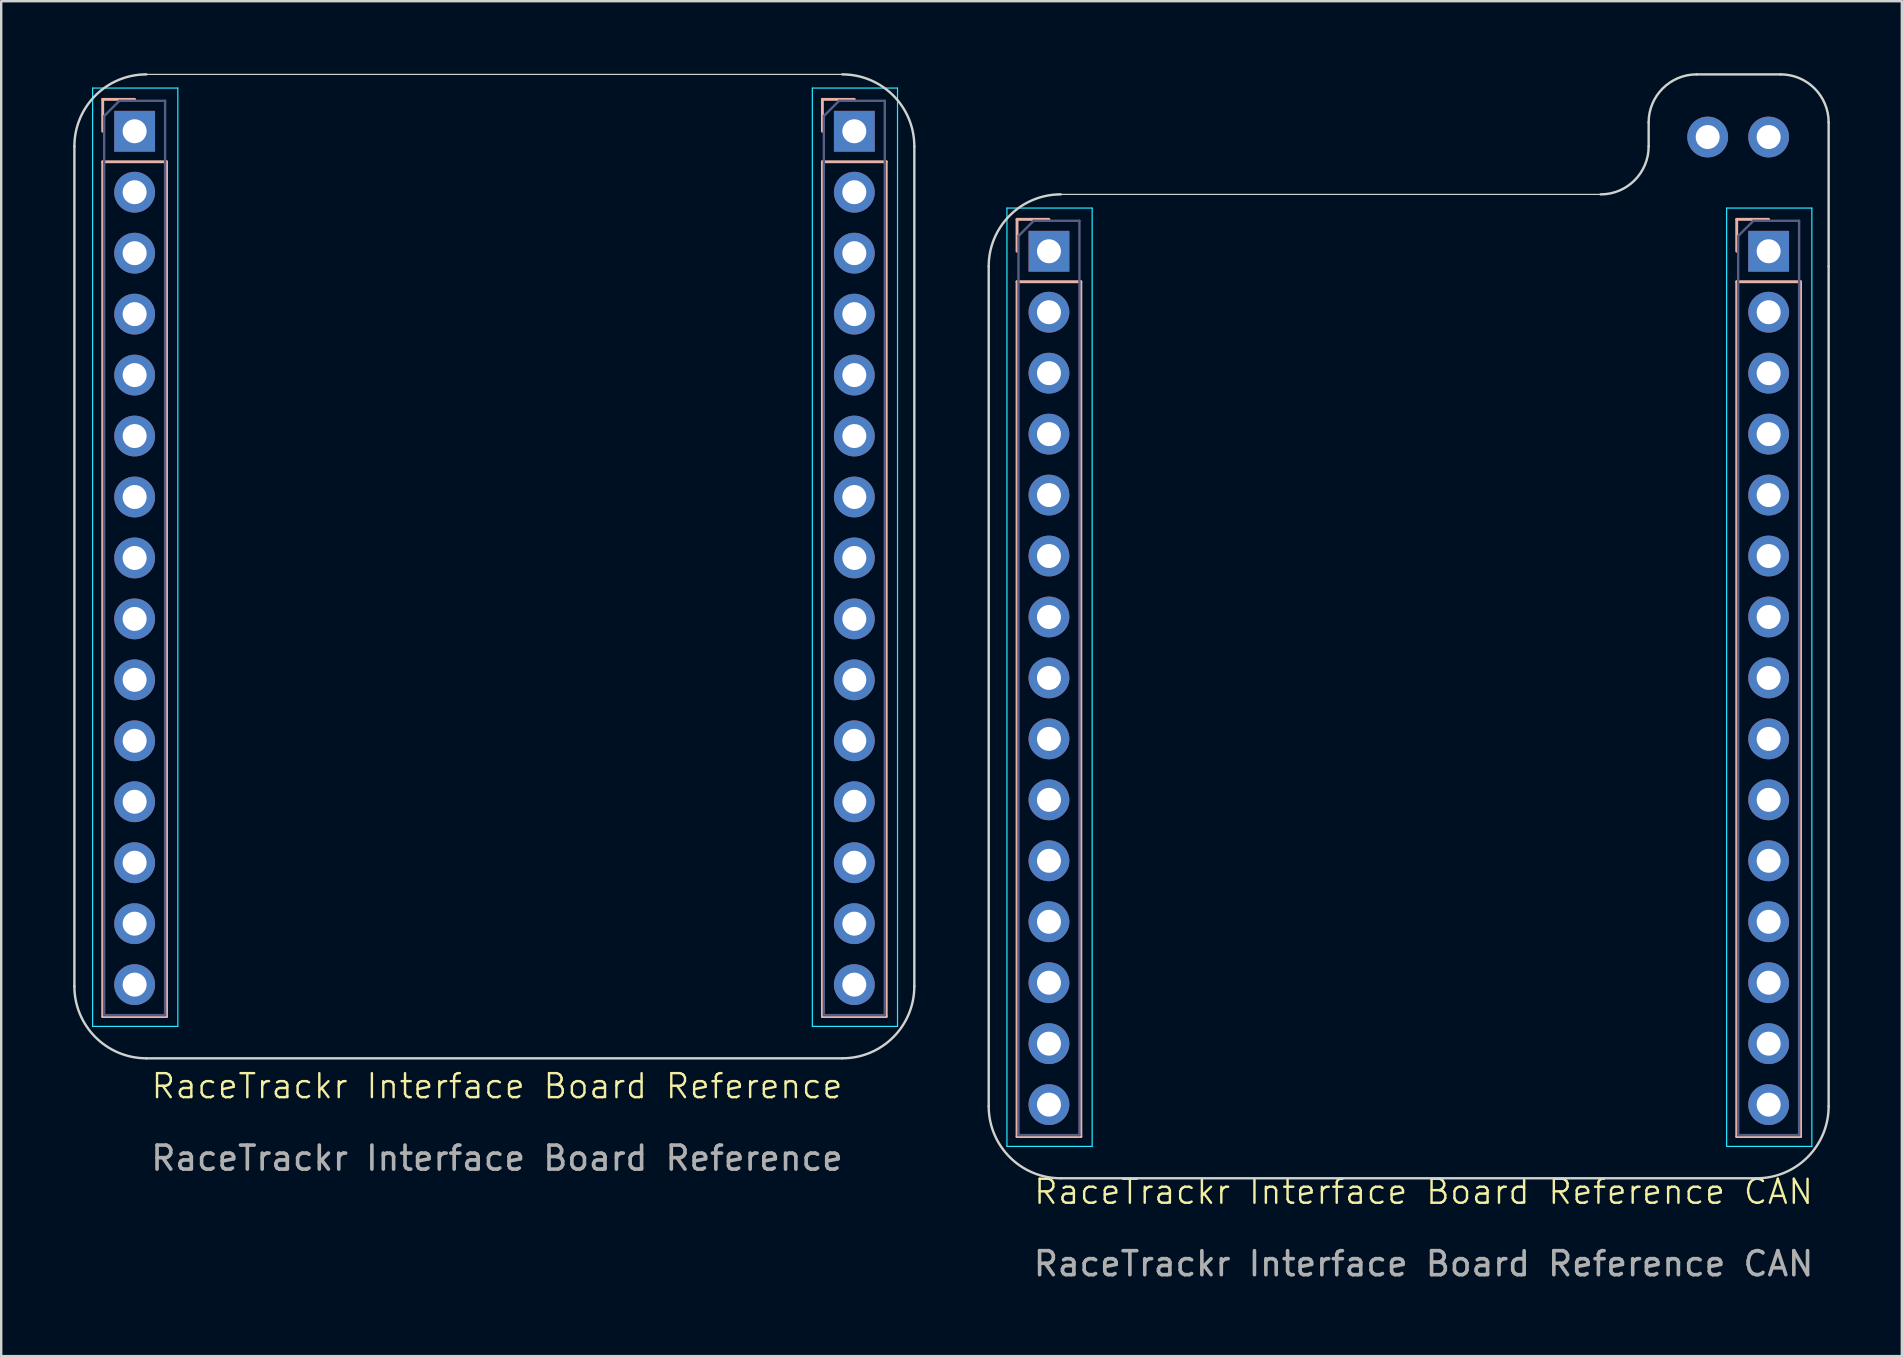
<source format=kicad_pcb>
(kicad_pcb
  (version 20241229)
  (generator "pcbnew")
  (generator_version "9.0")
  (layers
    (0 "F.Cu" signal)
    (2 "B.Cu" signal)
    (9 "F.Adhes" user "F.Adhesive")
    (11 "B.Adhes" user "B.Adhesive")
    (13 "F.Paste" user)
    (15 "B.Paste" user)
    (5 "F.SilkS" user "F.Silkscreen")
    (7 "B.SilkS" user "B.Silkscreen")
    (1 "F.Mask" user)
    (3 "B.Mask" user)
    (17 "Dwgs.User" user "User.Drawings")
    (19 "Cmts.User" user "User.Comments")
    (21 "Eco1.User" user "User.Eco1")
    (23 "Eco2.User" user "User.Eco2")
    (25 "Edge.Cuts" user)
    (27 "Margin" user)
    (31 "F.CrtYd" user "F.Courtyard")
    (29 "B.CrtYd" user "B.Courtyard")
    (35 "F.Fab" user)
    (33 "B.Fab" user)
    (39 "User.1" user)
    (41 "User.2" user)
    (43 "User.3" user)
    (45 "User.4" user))
  (footprint "RaceTrackr Interface Board Reference"
    (layer "F.Cu")
    (at 17.661 42.711)
    (property "Reference" "RaceTrackr Interface Board Reference" (at 0 -0.5 0) (unlocked yes) (layer "F.SilkS") (effects (font (size 1 1) (thickness 0.1))))
    (attr through_hole)
    (fp_line (start -16.431 -41.621) (end -16.431 -40.291) (stroke (width 0.12) (type solid)) (layer "B.SilkS"))
    (fp_line (start -16.431 -39.021) (end -16.431 -3.401) (stroke (width 0.12) (type solid)) (layer "B.SilkS"))
    (fp_line (start -15.101 -41.621) (end -16.431 -41.621) (stroke (width 0.12) (type solid)) (layer "B.SilkS"))
    (fp_line (start -13.771 -39.021) (end -16.431 -39.021) (stroke (width 0.12) (type solid)) (layer "B.SilkS"))
    (fp_line (start -13.771 -39.021) (end -13.771 -3.401) (stroke (width 0.12) (type solid)) (layer "B.SilkS"))
    (fp_line (start -13.771 -3.401) (end -16.431 -3.401) (stroke (width 0.12) (type solid)) (layer "B.SilkS"))
    (fp_line (start 13.559 -41.621) (end 13.559 -40.291) (stroke (width 0.12) (type solid)) (layer "B.SilkS"))
    (fp_line (start 13.559 -39.021) (end 13.559 -3.401) (stroke (width 0.12) (type solid)) (layer "B.SilkS"))
    (fp_line (start 14.889 -41.621) (end 13.559 -41.621) (stroke (width 0.12) (type solid)) (layer "B.SilkS"))
    (fp_line (start 16.219 -39.021) (end 13.559 -39.021) (stroke (width 0.12) (type solid)) (layer "B.SilkS"))
    (fp_line (start 16.219 -39.021) (end 16.219 -3.401) (stroke (width 0.12) (type solid)) (layer "B.SilkS"))
    (fp_line (start 16.219 -3.401) (end 13.559 -3.401) (stroke (width 0.12) (type solid)) (layer "B.SilkS"))
    (fp_line (start -17.611 -39.661) (end -17.611 -4.661) (stroke (width 0.1) (type default)) (layer "Edge.Cuts"))
    (fp_line (start -14.611 -42.661) (end 14.389 -42.661) (stroke (width 0.05) (type default)) (layer "Edge.Cuts"))
    (fp_line (start -14.611 -1.661) (end 14.389 -1.661) (stroke (width 0.1) (type default)) (layer "Edge.Cuts"))
    (fp_line (start 17.389 -4.661) (end 17.389 -39.661) (stroke (width 0.1) (type default)) (layer "Edge.Cuts"))
    (fp_arc (start -17.61132 -39.66132) (mid -16.73264 -41.78264) (end -14.61132 -42.66132) (stroke (width 0.1) (type default)) (layer "Edge.Cuts"))
    (fp_arc (start -14.61132 -1.66132) (mid -16.73264 -2.54) (end -17.61132 -4.66132) (stroke (width 0.1) (type default)) (layer "Edge.Cuts"))
    (fp_arc (start 14.38868 -42.66132) (mid 16.51 -41.78264) (end 17.38868 -39.66132) (stroke (width 0.1) (type default)) (layer "Edge.Cuts"))
    (fp_arc (start 17.38868 -4.66132) (mid 16.51 -2.54) (end 14.38868 -1.66132) (stroke (width 0.1) (type default)) (layer "Edge.Cuts"))
    (fp_line (start -16.851 -42.091) (end -16.851 -2.991) (stroke (width 0.05) (type solid)) (layer "B.CrtYd"))
    (fp_line (start -16.851 -2.991) (end -13.301 -2.991) (stroke (width 0.05) (type solid)) (layer "B.CrtYd"))
    (fp_line (start -13.301 -42.091) (end -16.851 -42.091) (stroke (width 0.05) (type solid)) (layer "B.CrtYd"))
    (fp_line (start -13.301 -2.991) (end -13.301 -42.091) (stroke (width 0.05) (type solid)) (layer "B.CrtYd"))
    (fp_line (start 13.139 -42.091) (end 13.139 -2.991) (stroke (width 0.05) (type solid)) (layer "B.CrtYd"))
    (fp_line (start 13.139 -2.991) (end 16.689 -2.991) (stroke (width 0.05) (type solid)) (layer "B.CrtYd"))
    (fp_line (start 16.689 -42.091) (end 13.139 -42.091) (stroke (width 0.05) (type solid)) (layer "B.CrtYd"))
    (fp_line (start 16.689 -2.991) (end 16.689 -42.091) (stroke (width 0.05) (type solid)) (layer "B.CrtYd"))
    (fp_line (start -16.371 -40.926) (end -16.371 -3.461) (stroke (width 0.1) (type solid)) (layer "B.Fab"))
    (fp_line (start -16.371 -3.461) (end -13.831 -3.461) (stroke (width 0.1) (type solid)) (layer "B.Fab"))
    (fp_line (start -15.736 -41.561) (end -16.371 -40.926) (stroke (width 0.1) (type solid)) (layer "B.Fab"))
    (fp_line (start -13.831 -41.561) (end -15.736 -41.561) (stroke (width 0.1) (type solid)) (layer "B.Fab"))
    (fp_line (start -13.831 -3.461) (end -13.831 -41.561) (stroke (width 0.1) (type solid)) (layer "B.Fab"))
    (fp_line (start 13.619 -40.926) (end 13.619 -3.461) (stroke (width 0.1) (type solid)) (layer "B.Fab"))
    (fp_line (start 13.619 -3.461) (end 16.159 -3.461) (stroke (width 0.1) (type solid)) (layer "B.Fab"))
    (fp_line (start 14.254 -41.561) (end 13.619 -40.926) (stroke (width 0.1) (type solid)) (layer "B.Fab"))
    (fp_line (start 16.159 -41.561) (end 14.254 -41.561) (stroke (width 0.1) (type solid)) (layer "B.Fab"))
    (fp_line (start 16.159 -3.461) (end 16.159 -41.561) (stroke (width 0.1) (type solid)) (layer "B.Fab"))
    (fp_text user "${REFERENCE}" (at 0 2.5 0) (unlocked yes) (layer "F.Fab") (effects (font (size 1 1) (thickness 0.15))))
    (pad "1" thru_hole rect (at -15.101 -40.291 180) (size 1.7 1.7) (drill 1) (layers "*.Cu" "*.Mask"))
    (pad "2" thru_hole oval (at -15.101 -37.751 180) (size 1.7 1.7) (drill 1) (layers "*.Cu" "*.Mask"))
    (pad "3" thru_hole oval (at -15.101 -35.211 180) (size 1.7 1.7) (drill 1) (layers "*.Cu" "*.Mask"))
    (pad "4" thru_hole oval (at -15.101 -32.671 180) (size 1.7 1.7) (drill 1) (layers "*.Cu" "*.Mask"))
    (pad "5" thru_hole oval (at -15.101 -30.131 180) (size 1.7 1.7) (drill 1) (layers "*.Cu" "*.Mask"))
    (pad "6" thru_hole oval (at -15.101 -27.591 180) (size 1.7 1.7) (drill 1) (layers "*.Cu" "*.Mask"))
    (pad "7" thru_hole oval (at -15.101 -25.051 180) (size 1.7 1.7) (drill 1) (layers "*.Cu" "*.Mask"))
    (pad "8" thru_hole oval (at -15.101 -22.511 180) (size 1.7 1.7) (drill 1) (layers "*.Cu" "*.Mask"))
    (pad "9" thru_hole oval (at -15.101 -19.971 180) (size 1.7 1.7) (drill 1) (layers "*.Cu" "*.Mask"))
    (pad "10" thru_hole oval (at -15.101 -17.431 180) (size 1.7 1.7) (drill 1) (layers "*.Cu" "*.Mask"))
    (pad "11" thru_hole oval (at -15.101 -14.891 180) (size 1.7 1.7) (drill 1) (layers "*.Cu" "*.Mask"))
    (pad "12" thru_hole oval (at -15.101 -12.351 180) (size 1.7 1.7) (drill 1) (layers "*.Cu" "*.Mask"))
    (pad "13" thru_hole oval (at -15.101 -9.811 180) (size 1.7 1.7) (drill 1) (layers "*.Cu" "*.Mask"))
    (pad "14" thru_hole oval (at -15.101 -7.271 180) (size 1.7 1.7) (drill 1) (layers "*.Cu" "*.Mask"))
    (pad "15" thru_hole oval (at -15.101 -4.731 180) (size 1.7 1.7) (drill 1) (layers "*.Cu" "*.Mask"))
    (pad "16" thru_hole oval (at 14.889 -4.731 180) (size 1.7 1.7) (drill 1) (layers "*.Cu" "*.Mask"))
    (pad "17" thru_hole oval (at 14.889 -7.271 180) (size 1.7 1.7) (drill 1) (layers "*.Cu" "*.Mask"))
    (pad "18" thru_hole oval (at 14.889 -9.811 180) (size 1.7 1.7) (drill 1) (layers "*.Cu" "*.Mask"))
    (pad "19" thru_hole oval (at 14.889 -12.351 180) (size 1.7 1.7) (drill 1) (layers "*.Cu" "*.Mask"))
    (pad "20" thru_hole oval (at 14.889 -14.891 180) (size 1.7 1.7) (drill 1) (layers "*.Cu" "*.Mask"))
    (pad "21" thru_hole oval (at 14.889 -17.431 180) (size 1.7 1.7) (drill 1) (layers "*.Cu" "*.Mask"))
    (pad "22" thru_hole oval (at 14.889 -19.971 180) (size 1.7 1.7) (drill 1) (layers "*.Cu" "*.Mask"))
    (pad "23" thru_hole oval (at 14.889 -22.511 180) (size 1.7 1.7) (drill 1) (layers "*.Cu" "*.Mask"))
    (pad "24" thru_hole oval (at 14.889 -25.051 180) (size 1.7 1.7) (drill 1) (layers "*.Cu" "*.Mask"))
    (pad "25" thru_hole oval (at 14.889 -27.591 180) (size 1.7 1.7) (drill 1) (layers "*.Cu" "*.Mask"))
    (pad "26" thru_hole oval (at 14.889 -30.131 180) (size 1.7 1.7) (drill 1) (layers "*.Cu" "*.Mask"))
    (pad "27" thru_hole oval (at 14.889 -32.671 180) (size 1.7 1.7) (drill 1) (layers "*.Cu" "*.Mask"))
    (pad "28" thru_hole oval (at 14.889 -35.211 180) (size 1.7 1.7) (drill 1) (layers "*.Cu" "*.Mask"))
    (pad "29" thru_hole oval (at 14.889 -37.751 180) (size 1.7 1.7) (drill 1) (layers "*.Cu" "*.Mask"))
    (pad "30" thru_hole rect (at 14.889 -40.291 180) (size 1.7 1.7) (drill 1) (layers "*.Cu" "*.Mask")))
  (footprint "RaceTrackr Interface Board Reference CAN"
    (layer "F.Cu")
    (at 56.271 47.111)
    (property "Reference" "RaceTrackr Interface Board Reference CAN" (at 0 -0.5 0) (unlocked yes) (layer "F.SilkS") (effects (font (size 1 1) (thickness 0.1))))
    (attr through_hole)
    (fp_line (start -16.941 -41.021) (end -16.941 -39.691) (stroke (width 0.12) (type solid)) (layer "B.SilkS"))
    (fp_line (start -16.941 -38.421) (end -16.941 -2.801) (stroke (width 0.12) (type solid)) (layer "B.SilkS"))
    (fp_line (start -15.611 -41.021) (end -16.941 -41.021) (stroke (width 0.12) (type solid)) (layer "B.SilkS"))
    (fp_line (start -14.281 -38.421) (end -16.941 -38.421) (stroke (width 0.12) (type solid)) (layer "B.SilkS"))
    (fp_line (start -14.281 -38.421) (end -14.281 -2.801) (stroke (width 0.12) (type solid)) (layer "B.SilkS"))
    (fp_line (start -14.281 -2.801) (end -16.941 -2.801) (stroke (width 0.12) (type solid)) (layer "B.SilkS"))
    (fp_line (start 13.049 -41.021) (end 13.049 -39.691) (stroke (width 0.12) (type solid)) (layer "B.SilkS"))
    (fp_line (start 13.049 -38.421) (end 13.049 -2.801) (stroke (width 0.12) (type solid)) (layer "B.SilkS"))
    (fp_line (start 14.379 -41.021) (end 13.049 -41.021) (stroke (width 0.12) (type solid)) (layer "B.SilkS"))
    (fp_line (start 15.709 -38.421) (end 13.049 -38.421) (stroke (width 0.12) (type solid)) (layer "B.SilkS"))
    (fp_line (start 15.709 -38.421) (end 15.709 -2.801) (stroke (width 0.12) (type solid)) (layer "B.SilkS"))
    (fp_line (start 15.709 -2.801) (end 13.049 -2.801) (stroke (width 0.12) (type solid)) (layer "B.SilkS"))
    (fp_line (start -18.121 -39.061) (end -18.121 -4.061) (stroke (width 0.1) (type default)) (layer "Edge.Cuts"))
    (fp_line (start -15.121 -42.061) (end 7.379 -42.061) (stroke (width 0.05) (type default)) (layer "Edge.Cuts"))
    (fp_line (start -15.121 -1.061) (end 13.879 -1.061) (stroke (width 0.1) (type default)) (layer "Edge.Cuts"))
    (fp_line (start 9.379 -45.061) (end 9.379 -44.061) (stroke (width 0.1) (type default)) (layer "Edge.Cuts"))
    (fp_line (start 11.379 -47.061) (end 14.879 -47.061) (stroke (width 0.1) (type default)) (layer "Edge.Cuts"))
    (fp_line (start 16.879 -45.061) (end 16.879 -39.061) (stroke (width 0.1) (type default)) (layer "Edge.Cuts"))
    (fp_line (start 16.879 -4.061) (end 16.879 -39.061) (stroke (width 0.1) (type default)) (layer "Edge.Cuts"))
    (fp_arc (start -18.12132 -39.06132) (mid -17.24264 -41.18264) (end -15.12132 -42.06132) (stroke (width 0.1) (type default)) (layer "Edge.Cuts"))
    (fp_arc (start -15.12132 -1.06132) (mid -17.24264 -1.94) (end -18.12132 -4.06132) (stroke (width 0.1) (type default)) (layer "Edge.Cuts"))
    (fp_arc (start 9.37868 -45.06132) (mid 9.964466 -46.475534) (end 11.37868 -47.06132) (stroke (width 0.1) (type default)) (layer "Edge.Cuts"))
    (fp_arc (start 9.37868 -44.06132) (mid 8.792894 -42.647106) (end 7.37868 -42.06132) (stroke (width 0.1) (type default)) (layer "Edge.Cuts"))
    (fp_arc (start 14.87868 -47.06132) (mid 16.292894 -46.475534) (end 16.87868 -45.06132) (stroke (width 0.1) (type default)) (layer "Edge.Cuts"))
    (fp_arc (start 16.87868 -4.06132) (mid 16 -1.94) (end 13.87868 -1.06132) (stroke (width 0.1) (type default)) (layer "Edge.Cuts"))
    (fp_line (start -17.361 -41.491) (end -17.361 -2.391) (stroke (width 0.05) (type solid)) (layer "B.CrtYd"))
    (fp_line (start -17.361 -2.391) (end -13.811 -2.391) (stroke (width 0.05) (type solid)) (layer "B.CrtYd"))
    (fp_line (start -13.811 -41.491) (end -17.361 -41.491) (stroke (width 0.05) (type solid)) (layer "B.CrtYd"))
    (fp_line (start -13.811 -2.391) (end -13.811 -41.491) (stroke (width 0.05) (type solid)) (layer "B.CrtYd"))
    (fp_line (start 12.629 -41.491) (end 12.629 -2.391) (stroke (width 0.05) (type solid)) (layer "B.CrtYd"))
    (fp_line (start 12.629 -2.391) (end 16.179 -2.391) (stroke (width 0.05) (type solid)) (layer "B.CrtYd"))
    (fp_line (start 16.179 -41.491) (end 12.629 -41.491) (stroke (width 0.05) (type solid)) (layer "B.CrtYd"))
    (fp_line (start 16.179 -2.391) (end 16.179 -41.491) (stroke (width 0.05) (type solid)) (layer "B.CrtYd"))
    (fp_line (start -16.881 -40.326) (end -16.881 -2.861) (stroke (width 0.1) (type solid)) (layer "B.Fab"))
    (fp_line (start -16.881 -2.861) (end -14.341 -2.861) (stroke (width 0.1) (type solid)) (layer "B.Fab"))
    (fp_line (start -16.246 -40.961) (end -16.881 -40.326) (stroke (width 0.1) (type solid)) (layer "B.Fab"))
    (fp_line (start -14.341 -40.961) (end -16.246 -40.961) (stroke (width 0.1) (type solid)) (layer "B.Fab"))
    (fp_line (start -14.341 -2.861) (end -14.341 -40.961) (stroke (width 0.1) (type solid)) (layer "B.Fab"))
    (fp_line (start 13.109 -40.326) (end 13.109 -2.861) (stroke (width 0.1) (type solid)) (layer "B.Fab"))
    (fp_line (start 13.109 -2.861) (end 15.649 -2.861) (stroke (width 0.1) (type solid)) (layer "B.Fab"))
    (fp_line (start 13.744 -40.961) (end 13.109 -40.326) (stroke (width 0.1) (type solid)) (layer "B.Fab"))
    (fp_line (start 15.649 -40.961) (end 13.744 -40.961) (stroke (width 0.1) (type solid)) (layer "B.Fab"))
    (fp_line (start 15.649 -2.861) (end 15.649 -40.961) (stroke (width 0.1) (type solid)) (layer "B.Fab"))
    (fp_text user "${REFERENCE}" (at 0 2.5 0) (unlocked yes) (layer "F.Fab") (effects (font (size 1 1) (thickness 0.15))))
    (pad "1" thru_hole rect (at -15.611 -39.691 180) (size 1.7 1.7) (drill 1) (layers "*.Cu" "*.Mask"))
    (pad "2" thru_hole oval (at -15.611 -37.151 180) (size 1.7 1.7) (drill 1) (layers "*.Cu" "*.Mask"))
    (pad "3" thru_hole oval (at -15.611 -34.611 180) (size 1.7 1.7) (drill 1) (layers "*.Cu" "*.Mask"))
    (pad "4" thru_hole oval (at -15.611 -32.071 180) (size 1.7 1.7) (drill 1) (layers "*.Cu" "*.Mask"))
    (pad "5" thru_hole oval (at -15.611 -29.531 180) (size 1.7 1.7) (drill 1) (layers "*.Cu" "*.Mask"))
    (pad "6" thru_hole oval (at -15.611 -26.991 180) (size 1.7 1.7) (drill 1) (layers "*.Cu" "*.Mask"))
    (pad "7" thru_hole oval (at -15.611 -24.451 180) (size 1.7 1.7) (drill 1) (layers "*.Cu" "*.Mask"))
    (pad "8" thru_hole oval (at -15.611 -21.911 180) (size 1.7 1.7) (drill 1) (layers "*.Cu" "*.Mask"))
    (pad "9" thru_hole oval (at -15.611 -19.371 180) (size 1.7 1.7) (drill 1) (layers "*.Cu" "*.Mask"))
    (pad "10" thru_hole oval (at -15.611 -16.831 180) (size 1.7 1.7) (drill 1) (layers "*.Cu" "*.Mask"))
    (pad "11" thru_hole oval (at -15.611 -14.291 180) (size 1.7 1.7) (drill 1) (layers "*.Cu" "*.Mask"))
    (pad "12" thru_hole oval (at -15.611 -11.751 180) (size 1.7 1.7) (drill 1) (layers "*.Cu" "*.Mask"))
    (pad "13" thru_hole oval (at -15.611 -9.211 180) (size 1.7 1.7) (drill 1) (layers "*.Cu" "*.Mask"))
    (pad "14" thru_hole oval (at -15.611 -6.671 180) (size 1.7 1.7) (drill 1) (layers "*.Cu" "*.Mask"))
    (pad "15" thru_hole oval (at -15.611 -4.131 180) (size 1.7 1.7) (drill 1) (layers "*.Cu" "*.Mask"))
    (pad "16" thru_hole oval (at 14.379 -4.131 180) (size 1.7 1.7) (drill 1) (layers "*.Cu" "*.Mask"))
    (pad "17" thru_hole oval (at 14.379 -6.671 180) (size 1.7 1.7) (drill 1) (layers "*.Cu" "*.Mask"))
    (pad "18" thru_hole oval (at 14.379 -9.211 180) (size 1.7 1.7) (drill 1) (layers "*.Cu" "*.Mask"))
    (pad "19" thru_hole oval (at 14.379 -11.751 180) (size 1.7 1.7) (drill 1) (layers "*.Cu" "*.Mask"))
    (pad "20" thru_hole oval (at 14.379 -14.291 180) (size 1.7 1.7) (drill 1) (layers "*.Cu" "*.Mask"))
    (pad "21" thru_hole oval (at 14.379 -16.831 180) (size 1.7 1.7) (drill 1) (layers "*.Cu" "*.Mask"))
    (pad "22" thru_hole oval (at 14.379 -19.371 180) (size 1.7 1.7) (drill 1) (layers "*.Cu" "*.Mask"))
    (pad "23" thru_hole oval (at 14.379 -21.911 180) (size 1.7 1.7) (drill 1) (layers "*.Cu" "*.Mask"))
    (pad "24" thru_hole oval (at 14.379 -24.451 180) (size 1.7 1.7) (drill 1) (layers "*.Cu" "*.Mask"))
    (pad "25" thru_hole oval (at 14.379 -26.991 180) (size 1.7 1.7) (drill 1) (layers "*.Cu" "*.Mask"))
    (pad "26" thru_hole oval (at 14.379 -29.531 180) (size 1.7 1.7) (drill 1) (layers "*.Cu" "*.Mask"))
    (pad "27" thru_hole oval (at 14.379 -32.071 180) (size 1.7 1.7) (drill 1) (layers "*.Cu" "*.Mask"))
    (pad "28" thru_hole oval (at 14.379 -34.611 180) (size 1.7 1.7) (drill 1) (layers "*.Cu" "*.Mask"))
    (pad "29" thru_hole oval (at 14.379 -37.151 180) (size 1.7 1.7) (drill 1) (layers "*.Cu" "*.Mask"))
    (pad "30" thru_hole rect (at 14.379 -39.691 180) (size 1.7 1.7) (drill 1) (layers "*.Cu" "*.Mask"))
    (pad "31" thru_hole oval (at 11.839 -44.451 180) (size 1.7 1.7) (drill 1) (layers "*.Cu" "*.Mask"))
    (pad "32" thru_hole oval (at 14.379 -44.451 180) (size 1.7 1.7) (drill 1) (layers "*.Cu" "*.Mask")))
  (gr_rect
    (start -3 -3)
    (end 76.2 53.46)
    (stroke (width 0.1) (type default))
    (fill no)
    (layer "Edge.Cuts")))
</source>
